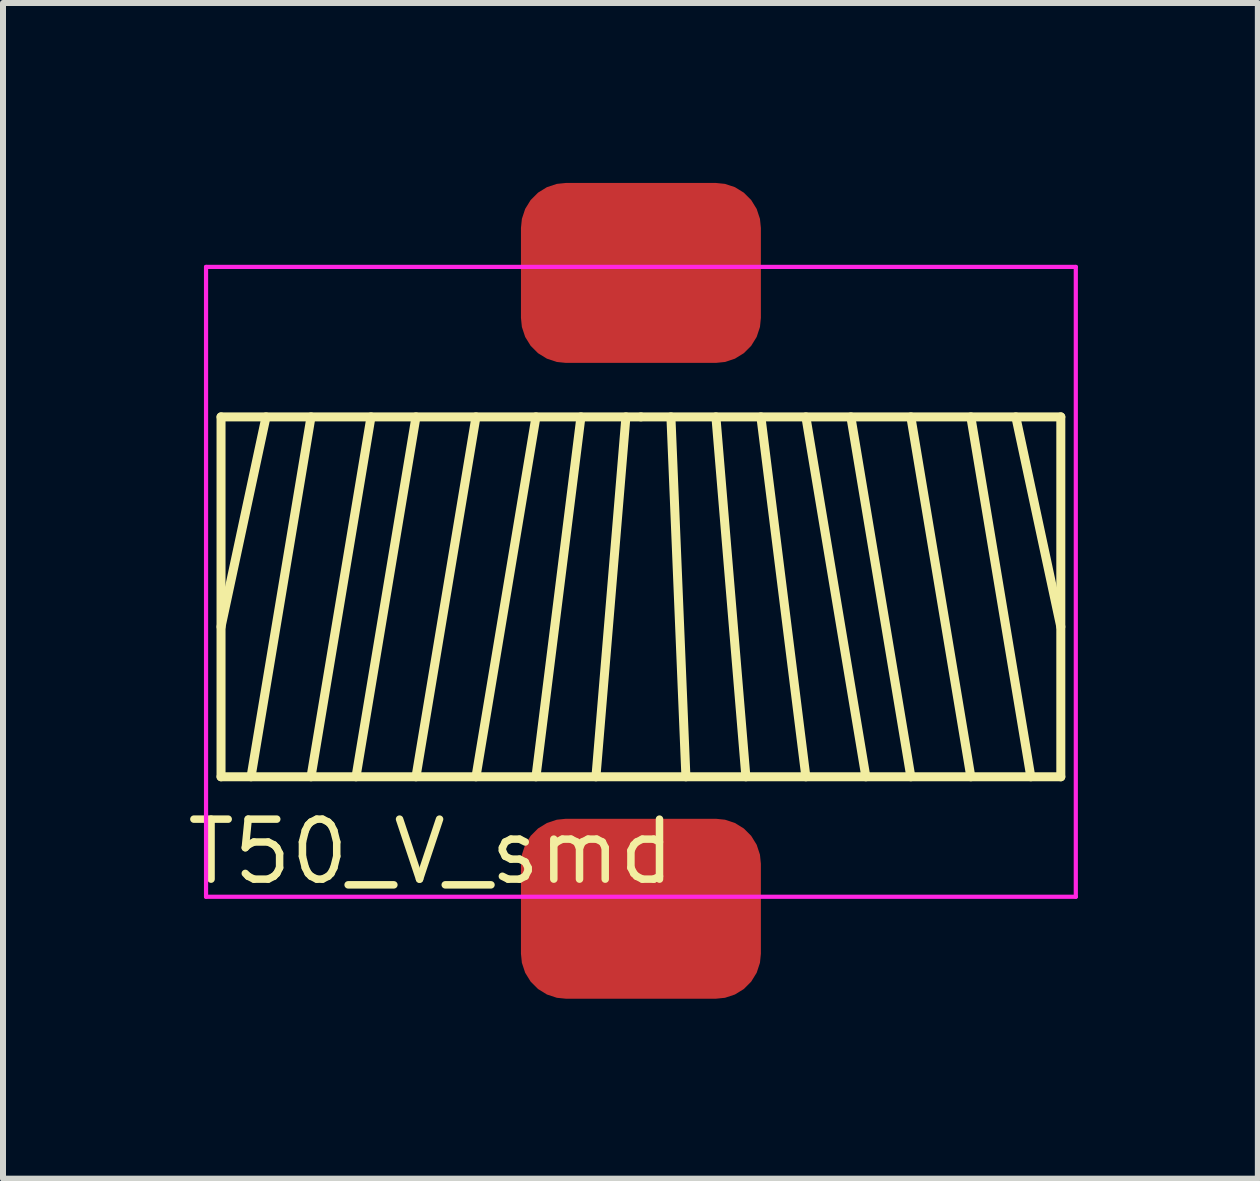
<source format=kicad_pcb>
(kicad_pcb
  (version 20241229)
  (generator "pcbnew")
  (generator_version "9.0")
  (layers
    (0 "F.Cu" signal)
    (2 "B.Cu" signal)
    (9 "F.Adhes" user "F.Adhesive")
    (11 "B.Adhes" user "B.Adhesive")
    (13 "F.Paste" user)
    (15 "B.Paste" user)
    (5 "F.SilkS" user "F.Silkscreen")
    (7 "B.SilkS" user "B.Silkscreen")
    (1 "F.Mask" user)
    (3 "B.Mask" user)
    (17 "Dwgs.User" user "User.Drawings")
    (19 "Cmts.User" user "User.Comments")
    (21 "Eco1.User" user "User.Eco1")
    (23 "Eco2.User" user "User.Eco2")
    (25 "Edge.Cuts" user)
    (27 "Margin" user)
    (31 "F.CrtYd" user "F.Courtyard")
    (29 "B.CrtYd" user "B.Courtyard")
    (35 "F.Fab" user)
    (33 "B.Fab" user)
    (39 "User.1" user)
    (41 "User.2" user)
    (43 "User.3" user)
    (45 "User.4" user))
  (footprint "T50_V_smd"
    (layer "F.Cu")
    (at 7.635 6.9)
    (property "Reference" "T50_V_smd" (at -3.5 4.25 0) (layer "F.SilkS") (effects (font (size 1 1) (thickness 0.125))))
    (attr through_hole)
    (fp_line (start -7 -3) (end 0 -3) (stroke (width 0.15) (type solid)) (layer "F.SilkS"))
    (fp_line (start -7 3) (end -7 -3) (stroke (width 0.15) (type solid)) (layer "F.SilkS"))
    (fp_line (start -6.25 -3) (end -7 0.5) (stroke (width 0.15) (type solid)) (layer "F.SilkS"))
    (fp_line (start -5.5 -3) (end -6.5 3) (stroke (width 0.15) (type solid)) (layer "F.SilkS"))
    (fp_line (start -4.5 -3) (end -5.5 3) (stroke (width 0.15) (type solid)) (layer "F.SilkS"))
    (fp_line (start -3.75 -3) (end -4.75 3) (stroke (width 0.15) (type solid)) (layer "F.SilkS"))
    (fp_line (start -2.75 -3) (end -3.75 3) (stroke (width 0.15) (type solid)) (layer "F.SilkS"))
    (fp_line (start -1.75 -3) (end -2.75 3) (stroke (width 0.15) (type solid)) (layer "F.SilkS"))
    (fp_line (start -1 -3) (end -1.75 3) (stroke (width 0.15) (type solid)) (layer "F.SilkS"))
    (fp_line (start -0.25 -3) (end -0.75 3) (stroke (width 0.15) (type solid)) (layer "F.SilkS"))
    (fp_line (start 0 -3) (end 7 -3) (stroke (width 0.15) (type solid)) (layer "F.SilkS"))
    (fp_line (start 0.5 -3) (end 0.75 3) (stroke (width 0.15) (type solid)) (layer "F.SilkS"))
    (fp_line (start 1.25 -3) (end 1.75 3) (stroke (width 0.15) (type solid)) (layer "F.SilkS"))
    (fp_line (start 2 -3) (end 2.75 3) (stroke (width 0.15) (type solid)) (layer "F.SilkS"))
    (fp_line (start 2.75 -3) (end 3.75 3) (stroke (width 0.15) (type solid)) (layer "F.SilkS"))
    (fp_line (start 3.5 -3) (end 4.5 3) (stroke (width 0.15) (type solid)) (layer "F.SilkS"))
    (fp_line (start 4.5 -3) (end 5.5 3) (stroke (width 0.15) (type solid)) (layer "F.SilkS"))
    (fp_line (start 5.5 -3) (end 6.5 3) (stroke (width 0.15) (type solid)) (layer "F.SilkS"))
    (fp_line (start 6.25 -3) (end 7 0.5) (stroke (width 0.15) (type solid)) (layer "F.SilkS"))
    (fp_line (start 7 -3) (end 7 3) (stroke (width 0.15) (type solid)) (layer "F.SilkS"))
    (fp_line (start 7 3) (end -7 3) (stroke (width 0.15) (type solid)) (layer "F.SilkS"))
    (fp_line (start -7.25 -3.25) (end 7.25 -3.25) (stroke (width 0.07) (type solid)) (layer "Eco2.User"))
    (fp_line (start -7.25 3.25) (end -7.25 -3.25) (stroke (width 0.07) (type solid)) (layer "Eco2.User"))
    (fp_line (start 7.25 -3.25) (end 7.25 3.25) (stroke (width 0.07) (type solid)) (layer "Eco2.User"))
    (fp_line (start 7.25 3.25) (end -7.25 3.25) (stroke (width 0.07) (type solid)) (layer "Eco2.User"))
    (fp_line (start -7.25 -5.5) (end -7.25 5) (stroke (width 0.07) (type solid)) (layer "F.CrtYd"))
    (fp_line (start -7.25 -5.5) (end 7.25 -5.5) (stroke (width 0.07) (type solid)) (layer "F.CrtYd"))
    (fp_line (start -7.25 5) (end 7.25 5) (stroke (width 0.07) (type solid)) (layer "F.CrtYd"))
    (fp_line (start 7.25 5) (end 7.25 -5.5) (stroke (width 0.07) (type solid)) (layer "F.CrtYd"))
    (pad "1" smd roundrect (at 0 -5.4) (size 4 3) (layers "F.Cu" "F.Paste") (roundrect_rratio 0.25))
    (pad "2" smd roundrect (at 0 5.2) (size 4 3) (layers "F.Cu" "F.Paste") (roundrect_rratio 0.25)))
  (gr_rect
    (start -3 -3)
    (end 17.92 16.6)
    (stroke (width 0.1) (type default))
    (fill no)
    (layer "Edge.Cuts")))
</source>
